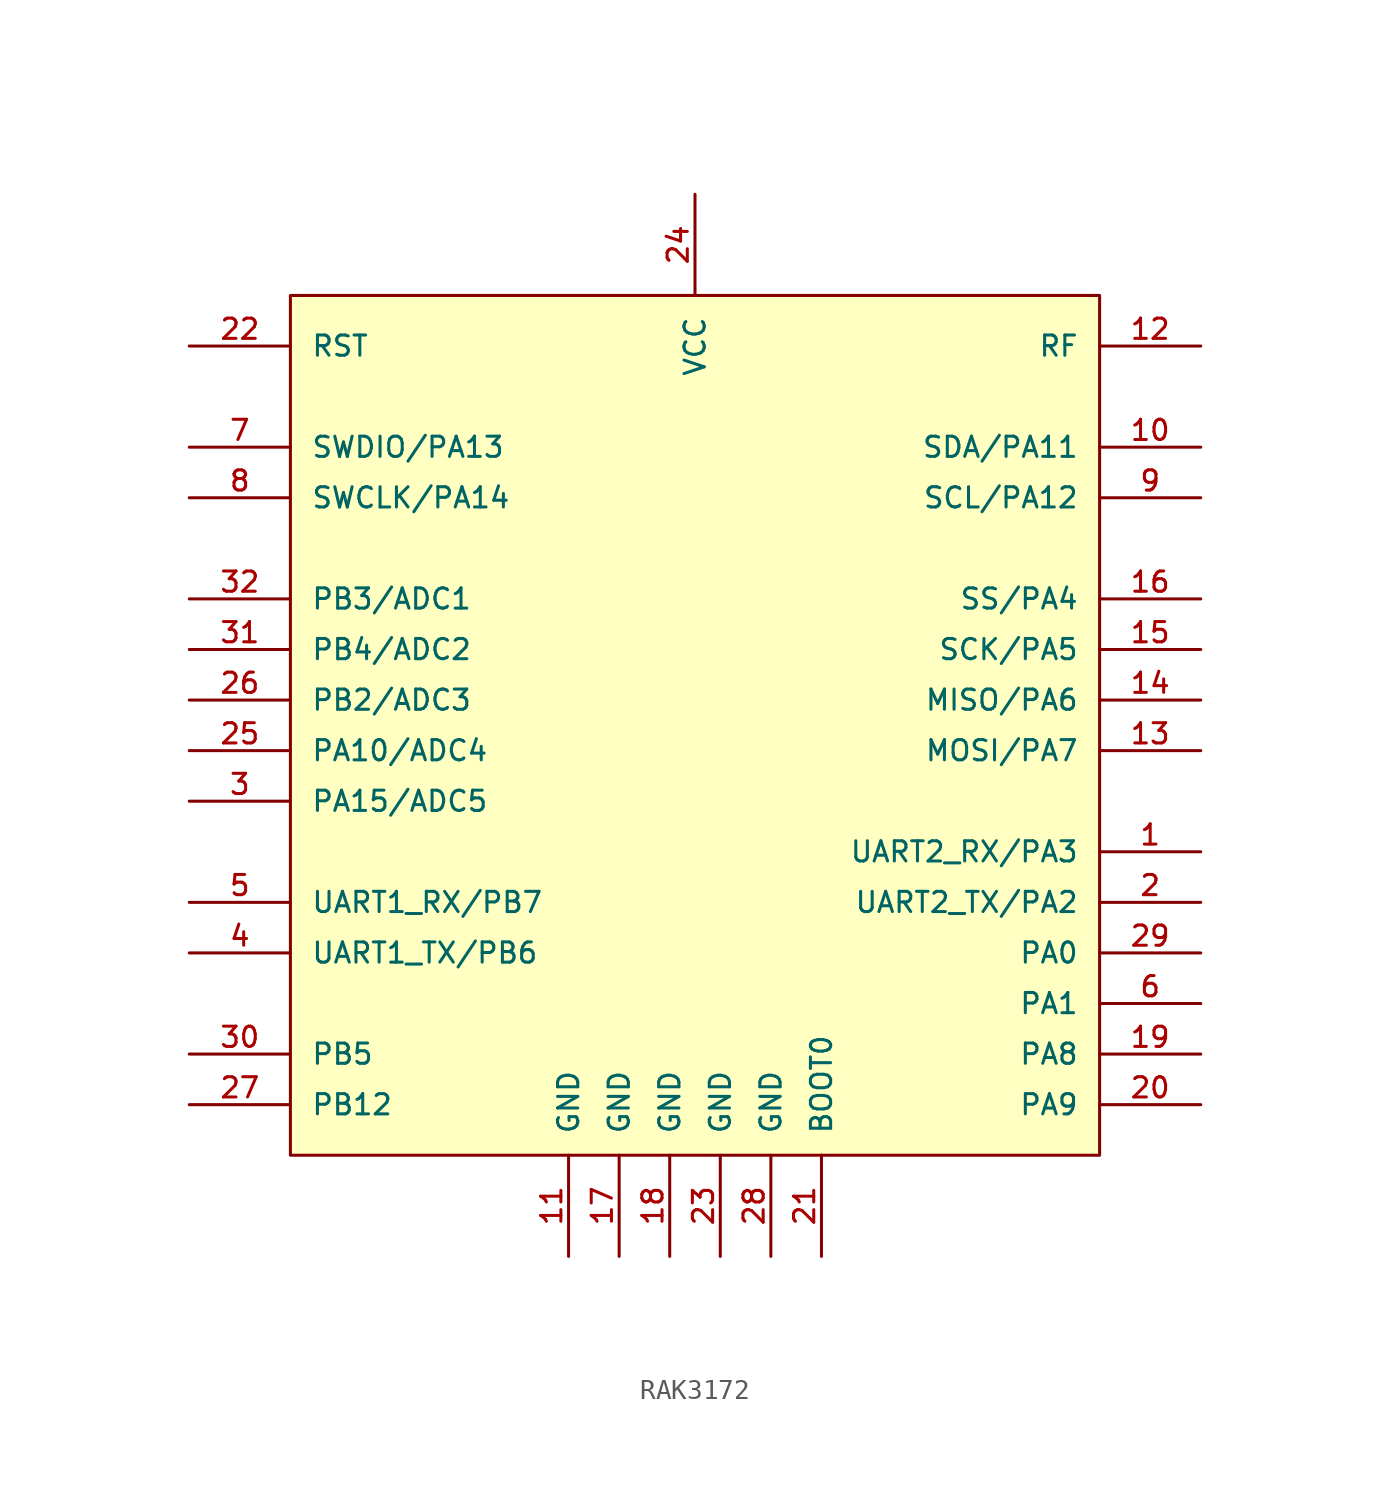
<source format=kicad_sym>
(kicad_symbol_lib
  (version 20220914)
  (generator kicad_symbol_editor)
  (symbol "RAK3172"
    (pin_names
      (offset 1.016))
    (property "Reference" "U"
      (at -20.32 -24.13 0)
      (effects (font (size 1.27 1.27)) (justify left bottom) hide))
    (symbol "RAK3172_0_0"
      (rectangle (start 20.32 -21.59) (end -20.32 21.59) (stroke (width 0) (type default)) (fill (type background)))
      (pin bidirectional line (at 25.4 -6.35 180) (length 5.08) (name "UART2_RX/PA3" (effects (font (size 1.016 1.016)))) (number "1" (effects (font (size 1.016 1.016)))))
      (pin bidirectional line (at 25.4 13.97 180) (length 5.08) (name "SDA/PA11" (effects (font (size 1.016 1.016)))) (number "10" (effects (font (size 1.016 1.016)))))
      (pin output line (at -6.35 -26.67 90) (length 5.08) (name "GND" (effects (font (size 1.016 1.016)))) (number "11" (effects (font (size 1.016 1.016)))))
      (pin output line (at 25.4 19.05 180) (length 5.08) (name "RF" (effects (font (size 1.016 1.016)))) (number "12" (effects (font (size 1.016 1.016)))))
      (pin bidirectional line (at 25.4 -1.27 180) (length 5.08) (name "MOSI/PA7" (effects (font (size 1.016 1.016)))) (number "13" (effects (font (size 1.016 1.016)))))
      (pin bidirectional line (at 25.4 1.27 180) (length 5.08) (name "MISO/PA6" (effects (font (size 1.016 1.016)))) (number "14" (effects (font (size 1.016 1.016)))))
      (pin bidirectional line (at 25.4 3.81 180) (length 5.08) (name "SCK/PA5" (effects (font (size 1.016 1.016)))) (number "15" (effects (font (size 1.016 1.016)))))
      (pin bidirectional line (at 25.4 6.35 180) (length 5.08) (name "SS/PA4" (effects (font (size 1.016 1.016)))) (number "16" (effects (font (size 1.016 1.016)))))
      (pin output line (at -3.81 -26.67 90) (length 5.08) (name "GND" (effects (font (size 1.016 1.016)))) (number "17" (effects (font (size 1.016 1.016)))))
      (pin output line (at -1.27 -26.67 90) (length 5.08) (name "GND" (effects (font (size 1.016 1.016)))) (number "18" (effects (font (size 1.016 1.016)))))
      (pin bidirectional line (at 25.4 -16.51 180) (length 5.08) (name "PA8" (effects (font (size 1.016 1.016)))) (number "19" (effects (font (size 1.016 1.016)))))
      (pin bidirectional line (at 25.4 -8.89 180) (length 5.08) (name "UART2_TX/PA2" (effects (font (size 1.016 1.016)))) (number "2" (effects (font (size 1.016 1.016)))))
      (pin bidirectional line (at 25.4 -19.05 180) (length 5.08) (name "PA9" (effects (font (size 1.016 1.016)))) (number "20" (effects (font (size 1.016 1.016)))))
      (pin input line (at 6.35 -26.67 90) (length 5.08) (name "BOOT0" (effects (font (size 1.016 1.016)))) (number "21" (effects (font (size 1.016 1.016)))))
      (pin input line (at -25.4 19.05 0) (length 5.08) (name "RST" (effects (font (size 1.016 1.016)))) (number "22" (effects (font (size 1.016 1.016)))))
      (pin output line (at 1.27 -26.67 90) (length 5.08) (name "GND" (effects (font (size 1.016 1.016)))) (number "23" (effects (font (size 1.016 1.016)))))
      (pin power_in line (at 0 26.67 270) (length 5.08) (name "VCC" (effects (font (size 1.016 1.016)))) (number "24" (effects (font (size 1.016 1.016)))))
      (pin bidirectional line (at -25.4 -1.27 0) (length 5.08) (name "PA10/ADC4" (effects (font (size 1.016 1.016)))) (number "25" (effects (font (size 1.016 1.016)))))
      (pin bidirectional line (at -25.4 1.27 0) (length 5.08) (name "PB2/ADC3" (effects (font (size 1.016 1.016)))) (number "26" (effects (font (size 1.016 1.016)))))
      (pin bidirectional line (at -25.4 -19.05 0) (length 5.08) (name "PB12" (effects (font (size 1.016 1.016)))) (number "27" (effects (font (size 1.016 1.016)))))
      (pin output line (at 3.81 -26.67 90) (length 5.08) (name "GND" (effects (font (size 1.016 1.016)))) (number "28" (effects (font (size 1.016 1.016)))))
      (pin bidirectional line (at 25.4 -11.43 180) (length 5.08) (name "PA0" (effects (font (size 1.016 1.016)))) (number "29" (effects (font (size 1.016 1.016)))))
      (pin bidirectional line (at -25.4 -3.81 0) (length 5.08) (name "PA15/ADC5" (effects (font (size 1.016 1.016)))) (number "3" (effects (font (size 1.016 1.016)))))
      (pin bidirectional line (at -25.4 -16.51 0) (length 5.08) (name "PB5" (effects (font (size 1.016 1.016)))) (number "30" (effects (font (size 1.016 1.016)))))
      (pin bidirectional line (at -25.4 3.81 0) (length 5.08) (name "PB4/ADC2" (effects (font (size 1.016 1.016)))) (number "31" (effects (font (size 1.016 1.016)))))
      (pin bidirectional line (at -25.4 6.35 0) (length 5.08) (name "PB3/ADC1" (effects (font (size 1.016 1.016)))) (number "32" (effects (font (size 1.016 1.016)))))
      (pin bidirectional line (at -25.4 -11.43 0) (length 5.08) (name "UART1_TX/PB6" (effects (font (size 1.016 1.016)))) (number "4" (effects (font (size 1.016 1.016)))))
      (pin bidirectional line (at -25.4 -8.89 0) (length 5.08) (name "UART1_RX/PB7" (effects (font (size 1.016 1.016)))) (number "5" (effects (font (size 1.016 1.016)))))
      (pin bidirectional line (at 25.4 -13.97 180) (length 5.08) (name "PA1" (effects (font (size 1.016 1.016)))) (number "6" (effects (font (size 1.016 1.016)))))
      (pin bidirectional line (at -25.4 13.97 0) (length 5.08) (name "SWDIO/PA13" (effects (font (size 1.016 1.016)))) (number "7" (effects (font (size 1.016 1.016)))))
      (pin bidirectional line (at -25.4 11.43 0) (length 5.08) (name "SWCLK/PA14" (effects (font (size 1.016 1.016)))) (number "8" (effects (font (size 1.016 1.016)))))
      (pin bidirectional line (at 25.4 11.43 180) (length 5.08) (name "SCL/PA12" (effects (font (size 1.016 1.016)))) (number "9" (effects (font (size 1.016 1.016))))))))
</source>
